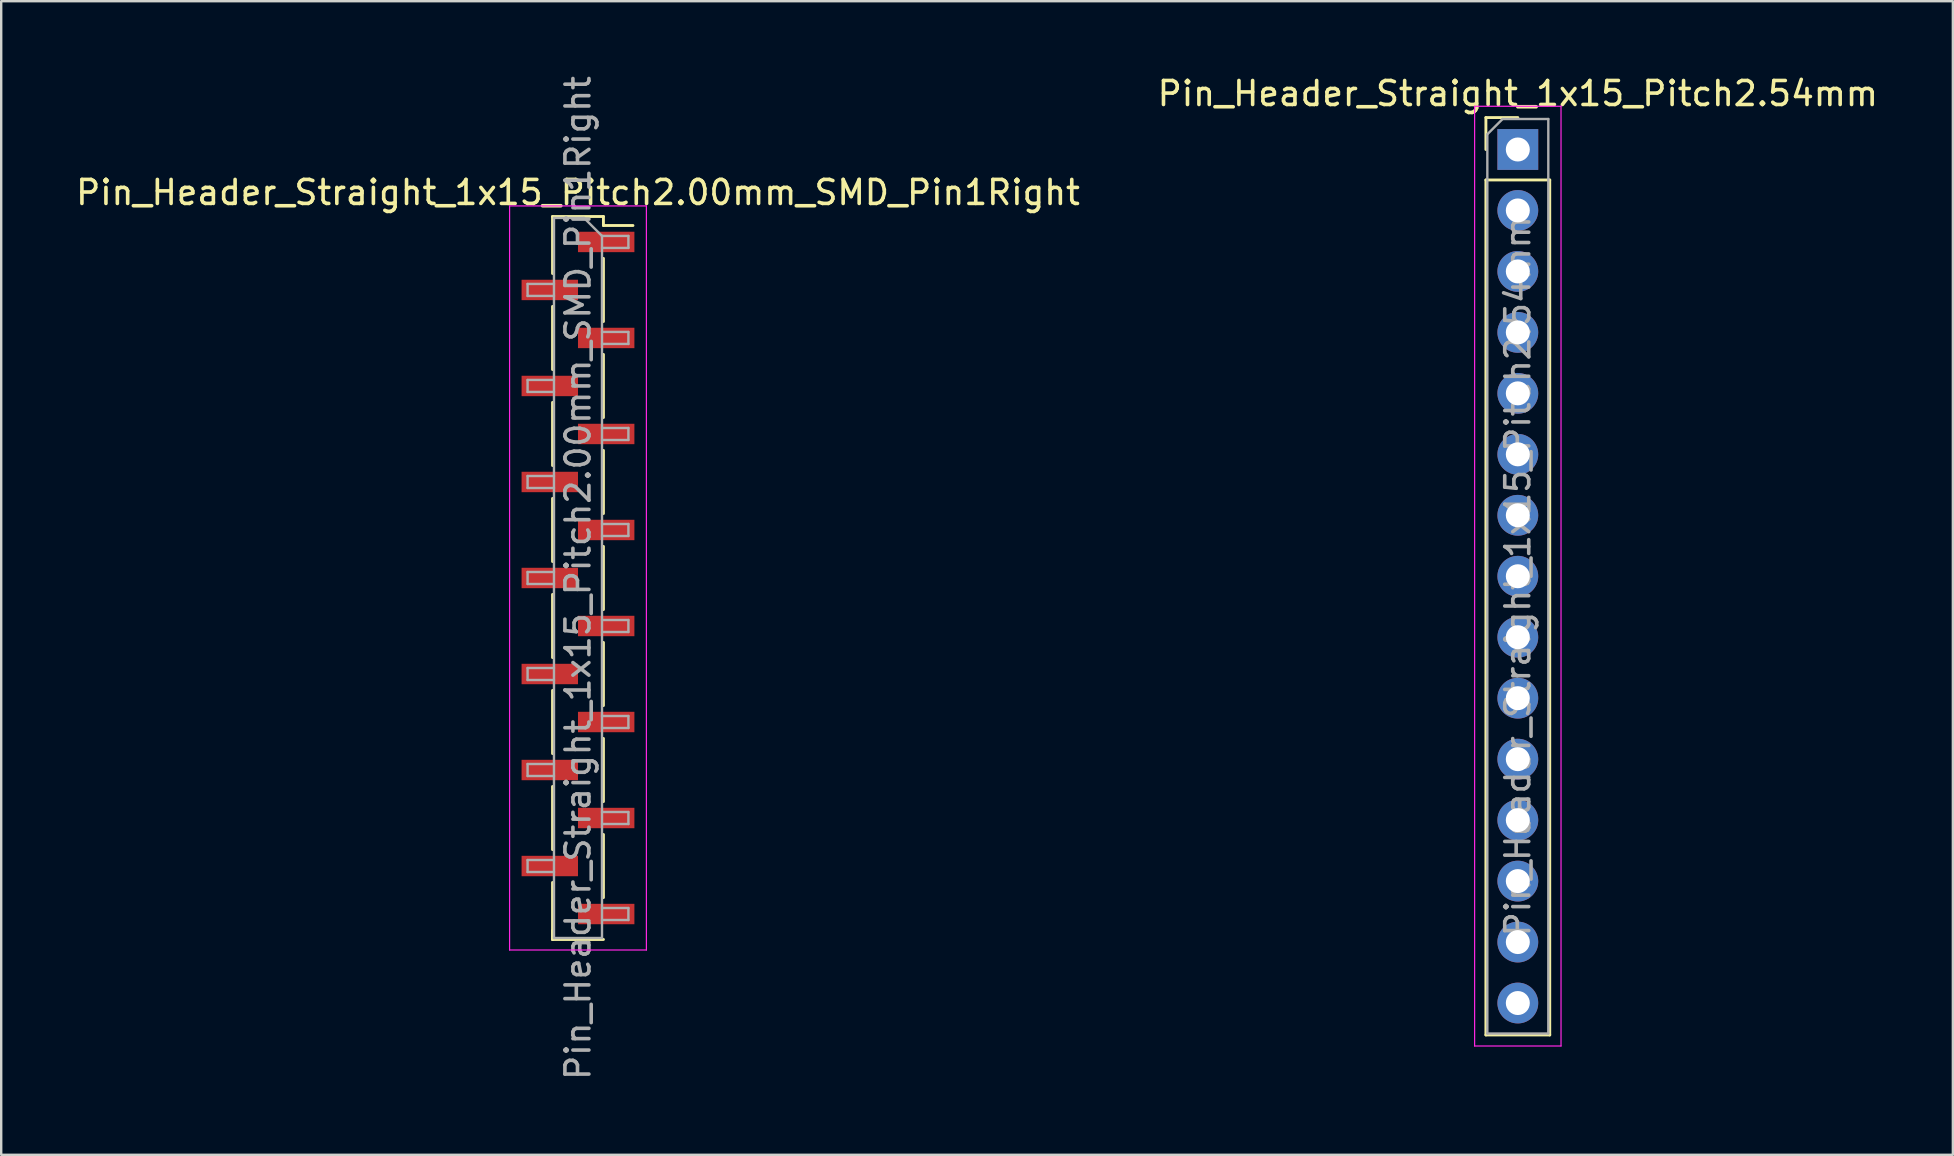
<source format=kicad_pcb>
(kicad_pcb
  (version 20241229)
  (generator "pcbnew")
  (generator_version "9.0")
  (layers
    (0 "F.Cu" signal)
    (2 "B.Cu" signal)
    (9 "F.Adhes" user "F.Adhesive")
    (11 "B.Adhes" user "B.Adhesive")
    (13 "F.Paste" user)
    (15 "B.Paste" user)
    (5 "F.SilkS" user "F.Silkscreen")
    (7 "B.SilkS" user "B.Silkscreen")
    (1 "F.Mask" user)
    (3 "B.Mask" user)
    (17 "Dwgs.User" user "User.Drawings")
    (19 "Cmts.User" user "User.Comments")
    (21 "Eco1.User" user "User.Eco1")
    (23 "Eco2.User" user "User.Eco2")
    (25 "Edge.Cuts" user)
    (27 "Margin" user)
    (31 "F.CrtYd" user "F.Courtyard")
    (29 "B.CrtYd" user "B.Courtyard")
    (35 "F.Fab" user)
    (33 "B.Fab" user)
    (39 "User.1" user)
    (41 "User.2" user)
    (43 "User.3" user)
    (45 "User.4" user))
  (footprint "Pin_Header_Straight_1x15_Pitch2.00mm_SMD_Pin1Right"
    (layer "F.Cu")
    (at 21.03 21.03)
    (property "Reference" "Pin_Header_Straight_1x15_Pitch2.00mm_SMD_Pin1Right" (at 0 -16.06 0) (layer "F.SilkS") (effects (font (size 1 1) (thickness 0.15))))
    (attr smd)
    (fp_line (start -1.06 -15.06) (end -1.06 -12.685) (stroke (width 0.12) (type solid)) (layer "F.SilkS"))
    (fp_line (start -1.06 -15.06) (end 1.06 -15.06) (stroke (width 0.12) (type solid)) (layer "F.SilkS"))
    (fp_line (start -1.06 -11.315) (end -1.06 -8.685) (stroke (width 0.12) (type solid)) (layer "F.SilkS"))
    (fp_line (start -1.06 -7.315) (end -1.06 -4.685) (stroke (width 0.12) (type solid)) (layer "F.SilkS"))
    (fp_line (start -1.06 -3.315) (end -1.06 -0.685) (stroke (width 0.12) (type solid)) (layer "F.SilkS"))
    (fp_line (start -1.06 0.685) (end -1.06 3.315) (stroke (width 0.12) (type solid)) (layer "F.SilkS"))
    (fp_line (start -1.06 4.685) (end -1.06 7.315) (stroke (width 0.12) (type solid)) (layer "F.SilkS"))
    (fp_line (start -1.06 8.685) (end -1.06 11.315) (stroke (width 0.12) (type solid)) (layer "F.SilkS"))
    (fp_line (start -1.06 12.685) (end -1.06 15.06) (stroke (width 0.12) (type solid)) (layer "F.SilkS"))
    (fp_line (start -1.06 14.685) (end -1.06 15.06) (stroke (width 0.12) (type solid)) (layer "F.SilkS"))
    (fp_line (start -1.06 15.06) (end 1.06 15.06) (stroke (width 0.12) (type solid)) (layer "F.SilkS"))
    (fp_line (start 1.06 -15.06) (end 1.06 -14.685) (stroke (width 0.12) (type solid)) (layer "F.SilkS"))
    (fp_line (start 1.06 -14.685) (end 2.29 -14.685) (stroke (width 0.12) (type solid)) (layer "F.SilkS"))
    (fp_line (start 1.06 -13.315) (end 1.06 -10.685) (stroke (width 0.12) (type solid)) (layer "F.SilkS"))
    (fp_line (start 1.06 -9.315) (end 1.06 -6.685) (stroke (width 0.12) (type solid)) (layer "F.SilkS"))
    (fp_line (start 1.06 -5.315) (end 1.06 -2.685) (stroke (width 0.12) (type solid)) (layer "F.SilkS"))
    (fp_line (start 1.06 -1.315) (end 1.06 1.315) (stroke (width 0.12) (type solid)) (layer "F.SilkS"))
    (fp_line (start 1.06 2.685) (end 1.06 5.315) (stroke (width 0.12) (type solid)) (layer "F.SilkS"))
    (fp_line (start 1.06 6.685) (end 1.06 9.315) (stroke (width 0.12) (type solid)) (layer "F.SilkS"))
    (fp_line (start 1.06 10.685) (end 1.06 13.315) (stroke (width 0.12) (type solid)) (layer "F.SilkS"))
    (fp_line (start -2.85 -15.5) (end -2.85 15.5) (stroke (width 0.05) (type solid)) (layer "F.CrtYd"))
    (fp_line (start -2.85 15.5) (end 2.85 15.5) (stroke (width 0.05) (type solid)) (layer "F.CrtYd"))
    (fp_line (start 2.85 -15.5) (end -2.85 -15.5) (stroke (width 0.05) (type solid)) (layer "F.CrtYd"))
    (fp_line (start 2.85 15.5) (end 2.85 -15.5) (stroke (width 0.05) (type solid)) (layer "F.CrtYd"))
    (fp_line (start -2.1 -12.25) (end -2.1 -11.75) (stroke (width 0.1) (type solid)) (layer "F.Fab"))
    (fp_line (start -2.1 -11.75) (end -1 -11.75) (stroke (width 0.1) (type solid)) (layer "F.Fab"))
    (fp_line (start -2.1 -8.25) (end -2.1 -7.75) (stroke (width 0.1) (type solid)) (layer "F.Fab"))
    (fp_line (start -2.1 -7.75) (end -1 -7.75) (stroke (width 0.1) (type solid)) (layer "F.Fab"))
    (fp_line (start -2.1 -4.25) (end -2.1 -3.75) (stroke (width 0.1) (type solid)) (layer "F.Fab"))
    (fp_line (start -2.1 -3.75) (end -1 -3.75) (stroke (width 0.1) (type solid)) (layer "F.Fab"))
    (fp_line (start -2.1 -0.25) (end -2.1 0.25) (stroke (width 0.1) (type solid)) (layer "F.Fab"))
    (fp_line (start -2.1 0.25) (end -1 0.25) (stroke (width 0.1) (type solid)) (layer "F.Fab"))
    (fp_line (start -2.1 3.75) (end -2.1 4.25) (stroke (width 0.1) (type solid)) (layer "F.Fab"))
    (fp_line (start -2.1 4.25) (end -1 4.25) (stroke (width 0.1) (type solid)) (layer "F.Fab"))
    (fp_line (start -2.1 7.75) (end -2.1 8.25) (stroke (width 0.1) (type solid)) (layer "F.Fab"))
    (fp_line (start -2.1 8.25) (end -1 8.25) (stroke (width 0.1) (type solid)) (layer "F.Fab"))
    (fp_line (start -2.1 11.75) (end -2.1 12.25) (stroke (width 0.1) (type solid)) (layer "F.Fab"))
    (fp_line (start -2.1 12.25) (end -1 12.25) (stroke (width 0.1) (type solid)) (layer "F.Fab"))
    (fp_line (start -1 -15) (end -1 15) (stroke (width 0.1) (type solid)) (layer "F.Fab"))
    (fp_line (start -1 -15) (end 0.25 -15) (stroke (width 0.1) (type solid)) (layer "F.Fab"))
    (fp_line (start -1 -12.25) (end -2.1 -12.25) (stroke (width 0.1) (type solid)) (layer "F.Fab"))
    (fp_line (start -1 -8.25) (end -2.1 -8.25) (stroke (width 0.1) (type solid)) (layer "F.Fab"))
    (fp_line (start -1 -4.25) (end -2.1 -4.25) (stroke (width 0.1) (type solid)) (layer "F.Fab"))
    (fp_line (start -1 -0.25) (end -2.1 -0.25) (stroke (width 0.1) (type solid)) (layer "F.Fab"))
    (fp_line (start -1 3.75) (end -2.1 3.75) (stroke (width 0.1) (type solid)) (layer "F.Fab"))
    (fp_line (start -1 7.75) (end -2.1 7.75) (stroke (width 0.1) (type solid)) (layer "F.Fab"))
    (fp_line (start -1 11.75) (end -2.1 11.75) (stroke (width 0.1) (type solid)) (layer "F.Fab"))
    (fp_line (start 1 -14.25) (end 0.25 -15) (stroke (width 0.1) (type solid)) (layer "F.Fab"))
    (fp_line (start 1 -14.25) (end 2.1 -14.25) (stroke (width 0.1) (type solid)) (layer "F.Fab"))
    (fp_line (start 1 -10.25) (end 2.1 -10.25) (stroke (width 0.1) (type solid)) (layer "F.Fab"))
    (fp_line (start 1 -6.25) (end 2.1 -6.25) (stroke (width 0.1) (type solid)) (layer "F.Fab"))
    (fp_line (start 1 -2.25) (end 2.1 -2.25) (stroke (width 0.1) (type solid)) (layer "F.Fab"))
    (fp_line (start 1 1.75) (end 2.1 1.75) (stroke (width 0.1) (type solid)) (layer "F.Fab"))
    (fp_line (start 1 5.75) (end 2.1 5.75) (stroke (width 0.1) (type solid)) (layer "F.Fab"))
    (fp_line (start 1 9.75) (end 2.1 9.75) (stroke (width 0.1) (type solid)) (layer "F.Fab"))
    (fp_line (start 1 13.75) (end 2.1 13.75) (stroke (width 0.1) (type solid)) (layer "F.Fab"))
    (fp_line (start 1 15) (end -1 15) (stroke (width 0.1) (type solid)) (layer "F.Fab"))
    (fp_line (start 1 15) (end 1 -14.25) (stroke (width 0.1) (type solid)) (layer "F.Fab"))
    (fp_line (start 2.1 -14.25) (end 2.1 -13.75) (stroke (width 0.1) (type solid)) (layer "F.Fab"))
    (fp_line (start 2.1 -13.75) (end 1 -13.75) (stroke (width 0.1) (type solid)) (layer "F.Fab"))
    (fp_line (start 2.1 -10.25) (end 2.1 -9.75) (stroke (width 0.1) (type solid)) (layer "F.Fab"))
    (fp_line (start 2.1 -9.75) (end 1 -9.75) (stroke (width 0.1) (type solid)) (layer "F.Fab"))
    (fp_line (start 2.1 -6.25) (end 2.1 -5.75) (stroke (width 0.1) (type solid)) (layer "F.Fab"))
    (fp_line (start 2.1 -5.75) (end 1 -5.75) (stroke (width 0.1) (type solid)) (layer "F.Fab"))
    (fp_line (start 2.1 -2.25) (end 2.1 -1.75) (stroke (width 0.1) (type solid)) (layer "F.Fab"))
    (fp_line (start 2.1 -1.75) (end 1 -1.75) (stroke (width 0.1) (type solid)) (layer "F.Fab"))
    (fp_line (start 2.1 1.75) (end 2.1 2.25) (stroke (width 0.1) (type solid)) (layer "F.Fab"))
    (fp_line (start 2.1 2.25) (end 1 2.25) (stroke (width 0.1) (type solid)) (layer "F.Fab"))
    (fp_line (start 2.1 5.75) (end 2.1 6.25) (stroke (width 0.1) (type solid)) (layer "F.Fab"))
    (fp_line (start 2.1 6.25) (end 1 6.25) (stroke (width 0.1) (type solid)) (layer "F.Fab"))
    (fp_line (start 2.1 9.75) (end 2.1 10.25) (stroke (width 0.1) (type solid)) (layer "F.Fab"))
    (fp_line (start 2.1 10.25) (end 1 10.25) (stroke (width 0.1) (type solid)) (layer "F.Fab"))
    (fp_line (start 2.1 13.75) (end 2.1 14.25) (stroke (width 0.1) (type solid)) (layer "F.Fab"))
    (fp_line (start 2.1 14.25) (end 1 14.25) (stroke (width 0.1) (type solid)) (layer "F.Fab"))
    (fp_text user "${REFERENCE}" (at 0 0 90) (layer "F.Fab") (effects (font (size 1 1) (thickness 0.15))))
    (pad "1" smd rect (at 1.175 -14) (size 2.35 0.85) (layers "F.Cu" "F.Mask" "F.Paste"))
    (pad "2" smd rect (at -1.175 -12) (size 2.35 0.85) (layers "F.Cu" "F.Mask" "F.Paste"))
    (pad "3" smd rect (at 1.175 -10) (size 2.35 0.85) (layers "F.Cu" "F.Mask" "F.Paste"))
    (pad "4" smd rect (at -1.175 -8) (size 2.35 0.85) (layers "F.Cu" "F.Mask" "F.Paste"))
    (pad "5" smd rect (at 1.175 -6) (size 2.35 0.85) (layers "F.Cu" "F.Mask" "F.Paste"))
    (pad "6" smd rect (at -1.175 -4) (size 2.35 0.85) (layers "F.Cu" "F.Mask" "F.Paste"))
    (pad "7" smd rect (at 1.175 -2) (size 2.35 0.85) (layers "F.Cu" "F.Mask" "F.Paste"))
    (pad "8" smd rect (at -1.175 0) (size 2.35 0.85) (layers "F.Cu" "F.Mask" "F.Paste"))
    (pad "9" smd rect (at 1.175 2) (size 2.35 0.85) (layers "F.Cu" "F.Mask" "F.Paste"))
    (pad "10" smd rect (at -1.175 4) (size 2.35 0.85) (layers "F.Cu" "F.Mask" "F.Paste"))
    (pad "11" smd rect (at 1.175 6) (size 2.35 0.85) (layers "F.Cu" "F.Mask" "F.Paste"))
    (pad "12" smd rect (at -1.175 8) (size 2.35 0.85) (layers "F.Cu" "F.Mask" "F.Paste"))
    (pad "13" smd rect (at 1.175 10) (size 2.35 0.85) (layers "F.Cu" "F.Mask" "F.Paste"))
    (pad "14" smd rect (at -1.175 12) (size 2.35 0.85) (layers "F.Cu" "F.Mask" "F.Paste"))
    (pad "15" smd rect (at 1.175 14) (size 2.35 0.85) (layers "F.Cu" "F.Mask" "F.Paste")))
  (footprint "Pin_Header_Straight_1x15_Pitch2.54mm"
    (layer "F.Cu")
    (at 60.185 3.178)
    (property "Reference" "Pin_Header_Straight_1x15_Pitch2.54mm" (at 0 -2.33 0) (layer "F.SilkS") (effects (font (size 1 1) (thickness 0.15))))
    (attr through_hole)
    (fp_line (start -1.33 -1.33) (end 0 -1.33) (stroke (width 0.12) (type solid)) (layer "F.SilkS"))
    (fp_line (start -1.33 0) (end -1.33 -1.33) (stroke (width 0.12) (type solid)) (layer "F.SilkS"))
    (fp_line (start -1.33 1.27) (end -1.33 36.89) (stroke (width 0.12) (type solid)) (layer "F.SilkS"))
    (fp_line (start -1.33 1.27) (end 1.33 1.27) (stroke (width 0.12) (type solid)) (layer "F.SilkS"))
    (fp_line (start -1.33 36.89) (end 1.33 36.89) (stroke (width 0.12) (type solid)) (layer "F.SilkS"))
    (fp_line (start 1.33 1.27) (end 1.33 36.89) (stroke (width 0.12) (type solid)) (layer "F.SilkS"))
    (fp_line (start -1.8 -1.8) (end -1.8 37.35) (stroke (width 0.05) (type solid)) (layer "F.CrtYd"))
    (fp_line (start -1.8 37.35) (end 1.8 37.35) (stroke (width 0.05) (type solid)) (layer "F.CrtYd"))
    (fp_line (start 1.8 -1.8) (end -1.8 -1.8) (stroke (width 0.05) (type solid)) (layer "F.CrtYd"))
    (fp_line (start 1.8 37.35) (end 1.8 -1.8) (stroke (width 0.05) (type solid)) (layer "F.CrtYd"))
    (fp_line (start -1.27 -0.635) (end -0.635 -1.27) (stroke (width 0.1) (type solid)) (layer "F.Fab"))
    (fp_line (start -1.27 36.83) (end -1.27 -0.635) (stroke (width 0.1) (type solid)) (layer "F.Fab"))
    (fp_line (start -0.635 -1.27) (end 1.27 -1.27) (stroke (width 0.1) (type solid)) (layer "F.Fab"))
    (fp_line (start 1.27 -1.27) (end 1.27 36.83) (stroke (width 0.1) (type solid)) (layer "F.Fab"))
    (fp_line (start 1.27 36.83) (end -1.27 36.83) (stroke (width 0.1) (type solid)) (layer "F.Fab"))
    (fp_text user "${REFERENCE}" (at 0 17.78 90) (layer "F.Fab") (effects (font (size 1 1) (thickness 0.15))))
    (pad "1" thru_hole rect (at 0 0) (size 1.7 1.7) (drill 1) (layers "*.Cu" "*.Mask"))
    (pad "2" thru_hole oval (at 0 2.54) (size 1.7 1.7) (drill 1) (layers "*.Cu" "*.Mask"))
    (pad "3" thru_hole oval (at 0 5.08) (size 1.7 1.7) (drill 1) (layers "*.Cu" "*.Mask"))
    (pad "4" thru_hole oval (at 0 7.62) (size 1.7 1.7) (drill 1) (layers "*.Cu" "*.Mask"))
    (pad "5" thru_hole oval (at 0 10.16) (size 1.7 1.7) (drill 1) (layers "*.Cu" "*.Mask"))
    (pad "6" thru_hole oval (at 0 12.7) (size 1.7 1.7) (drill 1) (layers "*.Cu" "*.Mask"))
    (pad "7" thru_hole oval (at 0 15.24) (size 1.7 1.7) (drill 1) (layers "*.Cu" "*.Mask"))
    (pad "8" thru_hole oval (at 0 17.78) (size 1.7 1.7) (drill 1) (layers "*.Cu" "*.Mask"))
    (pad "9" thru_hole oval (at 0 20.32) (size 1.7 1.7) (drill 1) (layers "*.Cu" "*.Mask"))
    (pad "10" thru_hole oval (at 0 22.86) (size 1.7 1.7) (drill 1) (layers "*.Cu" "*.Mask"))
    (pad "11" thru_hole oval (at 0 25.4) (size 1.7 1.7) (drill 1) (layers "*.Cu" "*.Mask"))
    (pad "12" thru_hole oval (at 0 27.94) (size 1.7 1.7) (drill 1) (layers "*.Cu" "*.Mask"))
    (pad "13" thru_hole oval (at 0 30.48) (size 1.7 1.7) (drill 1) (layers "*.Cu" "*.Mask"))
    (pad "14" thru_hole oval (at 0 33.02) (size 1.7 1.7) (drill 1) (layers "*.Cu" "*.Mask"))
    (pad "15" thru_hole oval (at 0 35.56) (size 1.7 1.7) (drill 1) (layers "*.Cu" "*.Mask")))
  (gr_rect
    (start -3 -3)
    (end 78.31 45.06)
    (stroke (width 0.1) (type default))
    (fill no)
    (layer "Edge.Cuts")))
</source>
